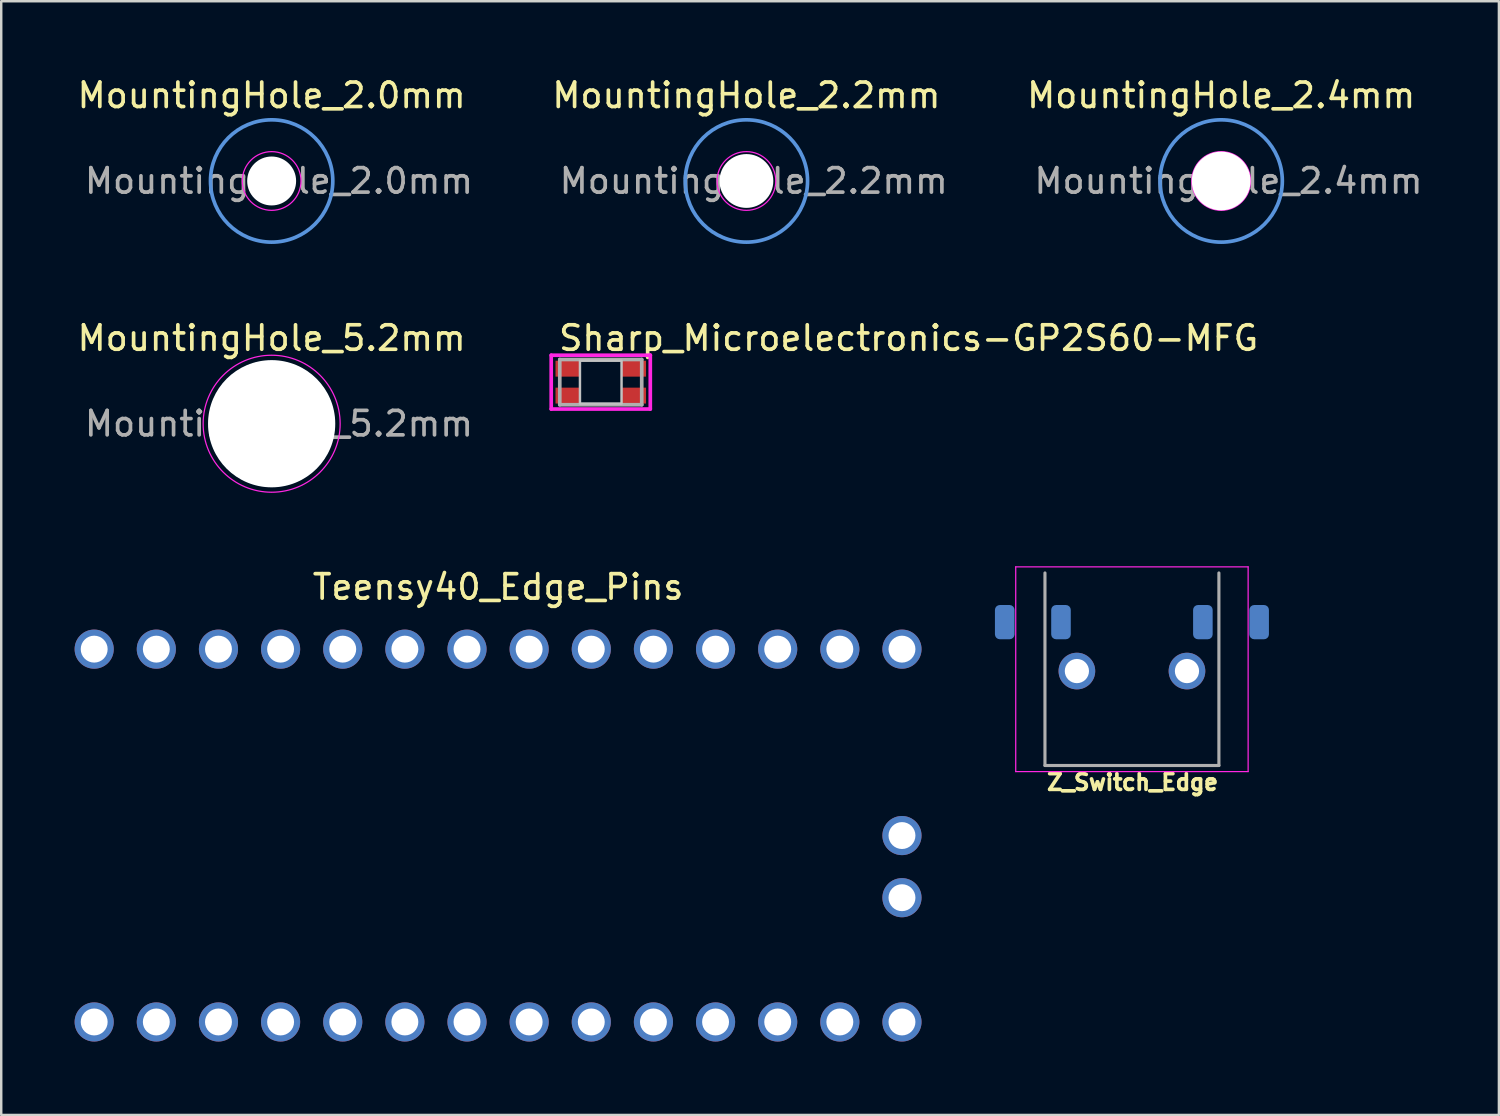
<source format=kicad_pcb>
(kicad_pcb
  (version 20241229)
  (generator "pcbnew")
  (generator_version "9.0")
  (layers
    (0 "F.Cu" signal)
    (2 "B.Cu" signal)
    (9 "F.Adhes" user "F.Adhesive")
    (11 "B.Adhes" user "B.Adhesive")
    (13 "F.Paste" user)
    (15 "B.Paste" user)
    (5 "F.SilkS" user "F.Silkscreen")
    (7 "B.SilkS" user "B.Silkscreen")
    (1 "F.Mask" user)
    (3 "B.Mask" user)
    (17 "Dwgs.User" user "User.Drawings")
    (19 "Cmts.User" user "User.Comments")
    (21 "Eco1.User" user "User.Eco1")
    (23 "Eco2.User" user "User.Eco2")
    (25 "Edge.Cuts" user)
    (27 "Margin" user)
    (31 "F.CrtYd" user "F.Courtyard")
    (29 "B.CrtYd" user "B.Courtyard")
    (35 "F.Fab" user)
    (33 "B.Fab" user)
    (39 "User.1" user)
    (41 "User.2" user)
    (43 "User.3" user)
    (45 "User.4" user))
  (footprint "Sharp_Microelectronics-GP2S60-MFG"
    (layer "F.Cu")
    (at 21.507 12.571)
    (property "Reference" "Sharp_Microelectronics-GP2S60-MFG" (at -1.8 -1.8 0) (layer "F.SilkS") (effects (font (size 1 1) (thickness 0.15)) (justify left)))
    (attr through_hole)
    (fp_poly (pts (xy -0.85 -0.875) (xy 0.85 -0.875) (xy 0.85 0.875) (xy -0.85 0.875)) (stroke (width 0.1) (type solid)) (fill no) (layer "Dwgs.User"))
    (fp_line (start -2.025 -1.1) (end -2.025 1.1) (stroke (width 0.15) (type solid)) (layer "F.CrtYd"))
    (fp_line (start -2.025 1.1) (end 2.025 1.1) (stroke (width 0.15) (type solid)) (layer "F.CrtYd"))
    (fp_line (start 2.025 -1.1) (end -2.025 -1.1) (stroke (width 0.15) (type solid)) (layer "F.CrtYd"))
    (fp_line (start 2.025 -1.1) (end 2.025 -1.1) (stroke (width 0.15) (type solid)) (layer "F.CrtYd"))
    (fp_line (start 2.025 1.1) (end 2.025 -1.1) (stroke (width 0.15) (type solid)) (layer "F.CrtYd"))
    (fp_line (start -1.675 -0.925) (end 1.675 -0.925) (stroke (width 0.15) (type solid)) (layer "F.Fab"))
    (fp_line (start -1.675 0.925) (end -1.675 -0.925) (stroke (width 0.15) (type solid)) (layer "F.Fab"))
    (fp_line (start 1.675 -0.925) (end 1.675 0.925) (stroke (width 0.15) (type solid)) (layer "F.Fab"))
    (fp_line (start 1.675 0.925) (end -1.675 0.925) (stroke (width 0.15) (type solid)) (layer "F.Fab"))
    (pad "1" smd rect (at -1.35 -0.55) (size 1 0.65) (layers "F.Cu" "F.Mask" "F.Paste"))
    (pad "2" smd rect (at -1.35 0.55) (size 1 0.65) (layers "F.Cu" "F.Mask" "F.Paste"))
    (pad "3" smd rect (at 1.35 0.55) (size 1 0.65) (layers "F.Cu" "F.Mask" "F.Paste"))
    (pad "4" smd rect (at 1.35 -0.55) (size 1 0.65) (layers "F.Cu" "F.Mask" "F.Paste")))
  (footprint "MountingHole_2.2mm"
    (layer "F.Cu")
    (at 27.461 4.348)
    (property "Reference" "MountingHole_2.2mm" (at 0 -3.5 0) (layer "F.SilkS") (effects (font (size 1 1) (thickness 0.15))))
    (attr exclude_from_pos_files)
    (fp_circle (center 0 0) (end 2.5 0) (stroke (width 0.15) (type solid)) (fill no) (layer "Cmts.User"))
    (fp_circle (center 0 0) (end 1.2 0) (stroke (width 0.05) (type solid)) (fill no) (layer "F.CrtYd"))
    (fp_text user "${REFERENCE}" (at 0.3 0 0) (layer "F.Fab") (effects (font (size 1 1) (thickness 0.15))))
    (pad "" np_thru_hole circle (at 0 0) (size 2.2 2.2) (drill 2.2) (layers "*.Cu" "*.Mask")))
  (footprint "MountingHole_5.2mm"
    (layer "F.Cu")
    (at 8.054 14.271)
    (property "Reference" "MountingHole_5.2mm" (at 0 -3.5 0) (layer "F.SilkS") (effects (font (size 1 1) (thickness 0.15))))
    (attr exclude_from_pos_files)
    (fp_circle (center 0 0) (end 2.5 0) (stroke (width 0.15) (type solid)) (fill no) (layer "Cmts.User"))
    (fp_circle (center 0 0) (end 2.8 0) (stroke (width 0.05) (type solid)) (fill no) (layer "F.CrtYd"))
    (fp_text user "${REFERENCE}" (at 0.3 0 0) (layer "F.Fab") (effects (font (size 1 1) (thickness 0.15))))
    (pad "" np_thru_hole circle (at 0 0) (size 5.2 5.2) (drill 5.2) (layers "*.Cu" "*.Mask")))
  (footprint "MountingHole_2.4mm"
    (layer "F.Cu")
    (at 46.868 4.348)
    (property "Reference" "MountingHole_2.4mm" (at 0 -3.5 0) (layer "F.SilkS") (effects (font (size 1 1) (thickness 0.15))))
    (attr exclude_from_pos_files)
    (fp_circle (center 0 0) (end 2.5 0) (stroke (width 0.15) (type solid)) (fill no) (layer "Cmts.User"))
    (fp_circle (center 0 0) (end 1.2 0) (stroke (width 0.05) (type solid)) (fill no) (layer "F.CrtYd"))
    (fp_text user "${REFERENCE}" (at 0.3 0 0) (layer "F.Fab") (effects (font (size 1 1) (thickness 0.15))))
    (pad "" np_thru_hole circle (at 0 0) (size 2.4 2.4) (drill 2.4) (layers "*.Cu" "*.Mask")))
  (footprint "Teensy40_Edge_Pins"
    (layer "F.Cu")
    (at 17.31 31.105)
    (property "Reference" "Teensy40_Edge_Pins" (at 0 -10.16 0) (layer "F.SilkS") (effects (font (size 1 1) (thickness 0.15))))
    (attr through_hole)
    (pad "1" thru_hole circle (at -16.51 7.62) (size 1.6 1.6) (drill 1.1) (layers "*.Cu" "*.Mask"))
    (pad "2" thru_hole circle (at -13.97 7.62) (size 1.6 1.6) (drill 1.1) (layers "*.Cu" "*.Mask"))
    (pad "3" thru_hole circle (at -11.43 7.62) (size 1.6 1.6) (drill 1.1) (layers "*.Cu" "*.Mask"))
    (pad "4" thru_hole circle (at -8.89 7.62) (size 1.6 1.6) (drill 1.1) (layers "*.Cu" "*.Mask"))
    (pad "5" thru_hole circle (at -6.35 7.62) (size 1.6 1.6) (drill 1.1) (layers "*.Cu" "*.Mask"))
    (pad "6" thru_hole circle (at -3.81 7.62) (size 1.6 1.6) (drill 1.1) (layers "*.Cu" "*.Mask"))
    (pad "7" thru_hole circle (at -1.27 7.62) (size 1.6 1.6) (drill 1.1) (layers "*.Cu" "*.Mask"))
    (pad "8" thru_hole circle (at 1.27 7.62) (size 1.6 1.6) (drill 1.1) (layers "*.Cu" "*.Mask"))
    (pad "9" thru_hole circle (at 3.81 7.62) (size 1.6 1.6) (drill 1.1) (layers "*.Cu" "*.Mask"))
    (pad "10" thru_hole circle (at 6.35 7.62) (size 1.6 1.6) (drill 1.1) (layers "*.Cu" "*.Mask"))
    (pad "11" thru_hole circle (at 8.89 7.62) (size 1.6 1.6) (drill 1.1) (layers "*.Cu" "*.Mask"))
    (pad "12" thru_hole circle (at 11.43 7.62) (size 1.6 1.6) (drill 1.1) (layers "*.Cu" "*.Mask"))
    (pad "13" thru_hole circle (at 13.97 7.62) (size 1.6 1.6) (drill 1.1) (layers "*.Cu" "*.Mask"))
    (pad "14" thru_hole circle (at 16.51 7.62) (size 1.6 1.6) (drill 1.1) (layers "*.Cu" "*.Mask"))
    (pad "16" thru_hole circle (at 16.51 2.54) (size 1.6 1.6) (drill 1.1) (layers "*.Cu" "*.Mask"))
    (pad "17" thru_hole circle (at 16.51 0) (size 1.6 1.6) (drill 1.1) (layers "*.Cu" "*.Mask"))
    (pad "20" thru_hole circle (at 16.51 -7.62) (size 1.6 1.6) (drill 1.1) (layers "*.Cu" "*.Mask"))
    (pad "21" thru_hole circle (at 13.97 -7.62) (size 1.6 1.6) (drill 1.1) (layers "*.Cu" "*.Mask"))
    (pad "22" thru_hole circle (at 11.43 -7.62) (size 1.6 1.6) (drill 1.1) (layers "*.Cu" "*.Mask"))
    (pad "23" thru_hole circle (at 8.89 -7.62) (size 1.6 1.6) (drill 1.1) (layers "*.Cu" "*.Mask"))
    (pad "24" thru_hole circle (at 6.35 -7.62) (size 1.6 1.6) (drill 1.1) (layers "*.Cu" "*.Mask"))
    (pad "25" thru_hole circle (at 3.81 -7.62) (size 1.6 1.6) (drill 1.1) (layers "*.Cu" "*.Mask"))
    (pad "26" thru_hole circle (at 1.27 -7.62) (size 1.6 1.6) (drill 1.1) (layers "*.Cu" "*.Mask"))
    (pad "27" thru_hole circle (at -1.27 -7.62) (size 1.6 1.6) (drill 1.1) (layers "*.Cu" "*.Mask"))
    (pad "28" thru_hole circle (at -3.81 -7.62) (size 1.6 1.6) (drill 1.1) (layers "*.Cu" "*.Mask"))
    (pad "29" thru_hole circle (at -6.35 -7.62) (size 1.6 1.6) (drill 1.1) (layers "*.Cu" "*.Mask"))
    (pad "30" thru_hole circle (at -8.89 -7.62) (size 1.6 1.6) (drill 1.1) (layers "*.Cu" "*.Mask"))
    (pad "31" thru_hole circle (at -11.43 -7.62) (size 1.6 1.6) (drill 1.1) (layers "*.Cu" "*.Mask"))
    (pad "32" thru_hole circle (at -13.97 -7.62) (size 1.6 1.6) (drill 1.1) (layers "*.Cu" "*.Mask"))
    (pad "33" thru_hole circle (at -16.51 -7.62) (size 1.6 1.6) (drill 1.1) (layers "*.Cu" "*.Mask")))
  (footprint "Z_Switch_Edge"
    (layer "F.Cu")
    (at 43.22 24.381)
    (property "Reference" "Z_Switch_Edge" (at 0.026 4.546 0) (layer "F.SilkS") (effects (font (size 0.641 0.641) (thickness 0.15))))
    (attr through_hole)
    (fp_line (start -4.75 -4.26) (end -4.75 4.11) (stroke (width 0.05) (type solid)) (layer "F.CrtYd"))
    (fp_line (start -4.75 4.11) (end 4.75 4.11) (stroke (width 0.05) (type solid)) (layer "F.CrtYd"))
    (fp_line (start 4.75 -4.26) (end -4.75 -4.26) (stroke (width 0.05) (type solid)) (layer "F.CrtYd"))
    (fp_line (start 4.75 4.11) (end 4.75 -4.26) (stroke (width 0.05) (type solid)) (layer "F.CrtYd"))
    (fp_line (start -3.555 -4.01) (end -3.555 3.86) (stroke (width 0.127) (type solid)) (layer "F.Fab"))
    (fp_line (start -3.555 3.86) (end 3.555 3.86) (stroke (width 0.127) (type solid)) (layer "F.Fab"))
    (fp_line (start 3.555 3.86) (end 3.555 -4.01) (stroke (width 0.127) (type solid)) (layer "F.Fab"))
    (pad "1" thru_hole circle (at -2.25 0) (size 1.498 1.498) (drill 0.99) (layers "*.Cu" "*.Mask"))
    (pad "2" thru_hole circle (at 2.25 0) (size 1.498 1.498) (drill 0.99) (layers "*.Cu" "*.Mask"))
    (pad "3" smd roundrect (at -5.2 -2) (size 0.8 1.4) (layers "B.Cu" "B.Mask" "F.Paste") (roundrect_rratio 0.25))
    (pad "4" smd roundrect (at -2.9 -2) (size 0.8 1.4) (layers "B.Cu" "B.Mask" "F.Paste") (roundrect_rratio 0.25))
    (pad "5" smd roundrect (at 2.9 -2) (size 0.8 1.4) (layers "B.Cu" "B.Mask" "F.Paste") (roundrect_rratio 0.25))
    (pad "6" smd roundrect (at 5.2 -2) (size 0.8 1.4) (layers "B.Cu" "B.Mask" "F.Paste") (roundrect_rratio 0.25)))
  (footprint "MountingHole_2.0mm"
    (layer "F.Cu")
    (at 8.054 4.348)
    (property "Reference" "MountingHole_2.0mm" (at 0 -3.5 0) (layer "F.SilkS") (effects (font (size 1 1) (thickness 0.15))))
    (attr exclude_from_pos_files)
    (fp_circle (center 0 0) (end 2.5 0) (stroke (width 0.15) (type solid)) (fill no) (layer "Cmts.User"))
    (fp_circle (center 0 0) (end 1.2 0) (stroke (width 0.05) (type solid)) (fill no) (layer "F.CrtYd"))
    (fp_text user "${REFERENCE}" (at 0.3 0 0) (layer "F.Fab") (effects (font (size 1 1) (thickness 0.15))))
    (pad "" np_thru_hole circle (at 0 0) (size 2 2) (drill 2) (layers "*.Cu" "*.Mask")))
  (gr_rect
    (start -3 -3)
    (end 58.221 42.525)
    (stroke (width 0.1) (type default))
    (fill no)
    (layer "Edge.Cuts")))
</source>
